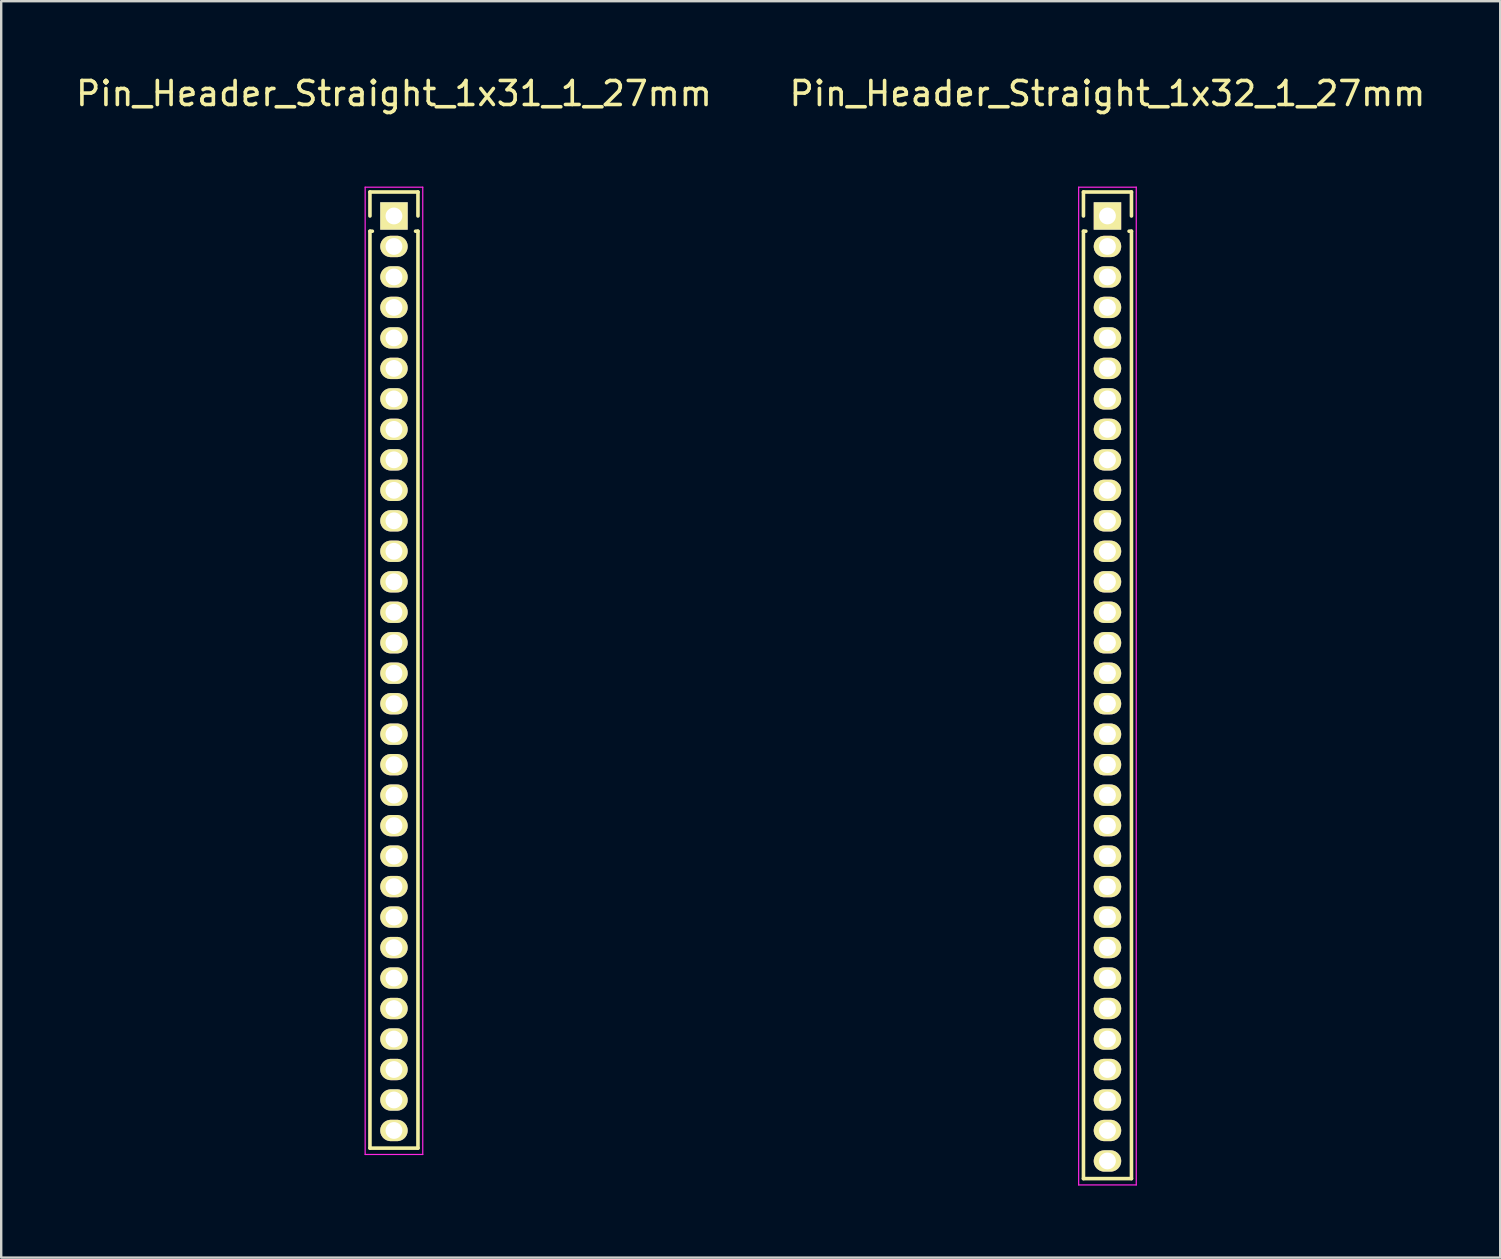
<source format=kicad_pcb>
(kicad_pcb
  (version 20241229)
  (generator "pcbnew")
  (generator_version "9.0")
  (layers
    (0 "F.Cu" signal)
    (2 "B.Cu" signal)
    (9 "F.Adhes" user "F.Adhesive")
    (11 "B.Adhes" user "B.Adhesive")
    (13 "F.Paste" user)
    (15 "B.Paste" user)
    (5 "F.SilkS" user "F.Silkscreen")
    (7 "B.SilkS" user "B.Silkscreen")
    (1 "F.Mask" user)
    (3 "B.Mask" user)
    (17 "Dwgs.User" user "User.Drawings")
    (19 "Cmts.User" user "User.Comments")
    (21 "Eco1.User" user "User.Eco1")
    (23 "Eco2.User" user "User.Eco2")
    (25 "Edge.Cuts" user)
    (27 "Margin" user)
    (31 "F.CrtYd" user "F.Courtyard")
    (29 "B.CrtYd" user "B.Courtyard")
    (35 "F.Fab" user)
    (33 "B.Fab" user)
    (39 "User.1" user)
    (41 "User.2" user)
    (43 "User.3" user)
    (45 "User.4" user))
  (footprint "Pin_Header_Straight_1x32_1_27mm"
    (layer "F.Cu")
    (at 43.089 5.948)
    (property "Reference" "Pin_Header_Straight_1x32_1_27mm" (at 0 -5.1 0) (layer "F.SilkS") (effects (font (size 1 1) (thickness 0.15))))
    (attr through_hole)
    (fp_line (start -1 -1) (end 1 -1) (stroke (width 0.15) (type solid)) (layer "F.SilkS"))
    (fp_line (start -1 0) (end -1 -1) (stroke (width 0.15) (type solid)) (layer "F.SilkS"))
    (fp_line (start -1 0.635) (end -1 40.105) (stroke (width 0.15) (type solid)) (layer "F.SilkS"))
    (fp_line (start -1 40.105) (end 1 40.105) (stroke (width 0.15) (type solid)) (layer "F.SilkS"))
    (fp_line (start -0.9 0.635) (end -1 0.635) (stroke (width 0.15) (type solid)) (layer "F.SilkS"))
    (fp_line (start 0.9 0.635) (end 1 0.635) (stroke (width 0.15) (type solid)) (layer "F.SilkS"))
    (fp_line (start 1 -1) (end 1 0) (stroke (width 0.15) (type solid)) (layer "F.SilkS"))
    (fp_line (start 1 0.635) (end 1 40.105) (stroke (width 0.15) (type solid)) (layer "F.SilkS"))
    (fp_line (start -1.2 -1.2) (end -1.2 40.37) (stroke (width 0.05) (type solid)) (layer "F.CrtYd"))
    (fp_line (start -1.2 -1.2) (end 1.2 -1.2) (stroke (width 0.05) (type solid)) (layer "F.CrtYd"))
    (fp_line (start -1.2 40.37) (end 1.2 40.37) (stroke (width 0.05) (type solid)) (layer "F.CrtYd"))
    (fp_line (start 1.2 -1.2) (end 1.2 40.37) (stroke (width 0.05) (type solid)) (layer "F.CrtYd"))
    (pad "1" thru_hole rect (at 0 0) (size 1.143 1.143) (drill 0.7) (layers "*.Cu" "*.Mask" "F.SilkS"))
    (pad "2" thru_hole oval (at 0 1.27) (size 1.143 0.889) (drill 0.7) (layers "*.Cu" "*.Mask" "F.SilkS"))
    (pad "3" thru_hole oval (at 0 2.54) (size 1.143 0.889) (drill 0.7) (layers "*.Cu" "*.Mask" "F.SilkS"))
    (pad "4" thru_hole oval (at 0 3.81) (size 1.143 0.889) (drill 0.7) (layers "*.Cu" "*.Mask" "F.SilkS"))
    (pad "5" thru_hole oval (at 0 5.08) (size 1.143 0.889) (drill 0.7) (layers "*.Cu" "*.Mask" "F.SilkS"))
    (pad "6" thru_hole oval (at 0 6.35) (size 1.143 0.889) (drill 0.7) (layers "*.Cu" "*.Mask" "F.SilkS"))
    (pad "7" thru_hole oval (at 0 7.62) (size 1.143 0.889) (drill 0.7) (layers "*.Cu" "*.Mask" "F.SilkS"))
    (pad "8" thru_hole oval (at 0 8.89) (size 1.143 0.889) (drill 0.7) (layers "*.Cu" "*.Mask" "F.SilkS"))
    (pad "9" thru_hole oval (at 0 10.16) (size 1.143 0.889) (drill 0.7) (layers "*.Cu" "*.Mask" "F.SilkS"))
    (pad "10" thru_hole oval (at 0 11.43) (size 1.143 0.889) (drill 0.7) (layers "*.Cu" "*.Mask" "F.SilkS"))
    (pad "11" thru_hole oval (at 0 12.7) (size 1.143 0.889) (drill 0.7) (layers "*.Cu" "*.Mask" "F.SilkS"))
    (pad "12" thru_hole oval (at 0 13.97) (size 1.143 0.889) (drill 0.7) (layers "*.Cu" "*.Mask" "F.SilkS"))
    (pad "13" thru_hole oval (at 0 15.24) (size 1.143 0.889) (drill 0.7) (layers "*.Cu" "*.Mask" "F.SilkS"))
    (pad "14" thru_hole oval (at 0 16.51) (size 1.143 0.889) (drill 0.7) (layers "*.Cu" "*.Mask" "F.SilkS"))
    (pad "15" thru_hole oval (at 0 17.78) (size 1.143 0.889) (drill 0.7) (layers "*.Cu" "*.Mask" "F.SilkS"))
    (pad "16" thru_hole oval (at 0 19.05) (size 1.143 0.889) (drill 0.7) (layers "*.Cu" "*.Mask" "F.SilkS"))
    (pad "17" thru_hole oval (at 0 20.32) (size 1.143 0.889) (drill 0.7) (layers "*.Cu" "*.Mask" "F.SilkS"))
    (pad "18" thru_hole oval (at 0 21.59) (size 1.143 0.889) (drill 0.7) (layers "*.Cu" "*.Mask" "F.SilkS"))
    (pad "19" thru_hole oval (at 0 22.86) (size 1.143 0.889) (drill 0.7) (layers "*.Cu" "*.Mask" "F.SilkS"))
    (pad "20" thru_hole oval (at 0 24.13) (size 1.143 0.889) (drill 0.7) (layers "*.Cu" "*.Mask" "F.SilkS"))
    (pad "21" thru_hole oval (at 0 25.4) (size 1.143 0.889) (drill 0.7) (layers "*.Cu" "*.Mask" "F.SilkS"))
    (pad "22" thru_hole oval (at 0 26.67) (size 1.143 0.889) (drill 0.7) (layers "*.Cu" "*.Mask" "F.SilkS"))
    (pad "23" thru_hole oval (at 0 27.94) (size 1.143 0.889) (drill 0.7) (layers "*.Cu" "*.Mask" "F.SilkS"))
    (pad "24" thru_hole oval (at 0 29.21) (size 1.143 0.889) (drill 0.7) (layers "*.Cu" "*.Mask" "F.SilkS"))
    (pad "25" thru_hole oval (at 0 30.48) (size 1.143 0.889) (drill 0.7) (layers "*.Cu" "*.Mask" "F.SilkS"))
    (pad "26" thru_hole oval (at 0 31.75) (size 1.143 0.889) (drill 0.7) (layers "*.Cu" "*.Mask" "F.SilkS"))
    (pad "27" thru_hole oval (at 0 33.02) (size 1.143 0.889) (drill 0.7) (layers "*.Cu" "*.Mask" "F.SilkS"))
    (pad "28" thru_hole oval (at 0 34.29) (size 1.143 0.889) (drill 0.7) (layers "*.Cu" "*.Mask" "F.SilkS"))
    (pad "29" thru_hole oval (at 0 35.56) (size 1.143 0.889) (drill 0.7) (layers "*.Cu" "*.Mask" "F.SilkS"))
    (pad "30" thru_hole oval (at 0 36.83) (size 1.143 0.889) (drill 0.7) (layers "*.Cu" "*.Mask" "F.SilkS"))
    (pad "31" thru_hole oval (at 0 38.1) (size 1.143 0.889) (drill 0.7) (layers "*.Cu" "*.Mask" "F.SilkS"))
    (pad "32" thru_hole oval (at 0 39.37) (size 1.143 0.889) (drill 0.7) (layers "*.Cu" "*.Mask" "F.SilkS")))
  (footprint "Pin_Header_Straight_1x31_1_27mm"
    (layer "F.Cu")
    (at 13.363 5.948)
    (property "Reference" "Pin_Header_Straight_1x31_1_27mm" (at 0 -5.1 0) (layer "F.SilkS") (effects (font (size 1 1) (thickness 0.15))))
    (attr through_hole)
    (fp_line (start -1 -1) (end 1 -1) (stroke (width 0.15) (type solid)) (layer "F.SilkS"))
    (fp_line (start -1 0) (end -1 -1) (stroke (width 0.15) (type solid)) (layer "F.SilkS"))
    (fp_line (start -1 0.635) (end -1 38.835) (stroke (width 0.15) (type solid)) (layer "F.SilkS"))
    (fp_line (start -1 38.835) (end 1 38.835) (stroke (width 0.15) (type solid)) (layer "F.SilkS"))
    (fp_line (start -0.9 0.635) (end -1 0.635) (stroke (width 0.15) (type solid)) (layer "F.SilkS"))
    (fp_line (start 0.9 0.635) (end 1 0.635) (stroke (width 0.15) (type solid)) (layer "F.SilkS"))
    (fp_line (start 1 -1) (end 1 0) (stroke (width 0.15) (type solid)) (layer "F.SilkS"))
    (fp_line (start 1 0.635) (end 1 38.835) (stroke (width 0.15) (type solid)) (layer "F.SilkS"))
    (fp_line (start -1.2 -1.2) (end -1.2 39.1) (stroke (width 0.05) (type solid)) (layer "F.CrtYd"))
    (fp_line (start -1.2 -1.2) (end 1.2 -1.2) (stroke (width 0.05) (type solid)) (layer "F.CrtYd"))
    (fp_line (start -1.2 39.1) (end 1.2 39.1) (stroke (width 0.05) (type solid)) (layer "F.CrtYd"))
    (fp_line (start 1.2 -1.2) (end 1.2 39.1) (stroke (width 0.05) (type solid)) (layer "F.CrtYd"))
    (pad "1" thru_hole rect (at 0 0) (size 1.143 1.143) (drill 0.7) (layers "*.Cu" "*.Mask" "F.SilkS"))
    (pad "2" thru_hole oval (at 0 1.27) (size 1.143 0.889) (drill 0.7) (layers "*.Cu" "*.Mask" "F.SilkS"))
    (pad "3" thru_hole oval (at 0 2.54) (size 1.143 0.889) (drill 0.7) (layers "*.Cu" "*.Mask" "F.SilkS"))
    (pad "4" thru_hole oval (at 0 3.81) (size 1.143 0.889) (drill 0.7) (layers "*.Cu" "*.Mask" "F.SilkS"))
    (pad "5" thru_hole oval (at 0 5.08) (size 1.143 0.889) (drill 0.7) (layers "*.Cu" "*.Mask" "F.SilkS"))
    (pad "6" thru_hole oval (at 0 6.35) (size 1.143 0.889) (drill 0.7) (layers "*.Cu" "*.Mask" "F.SilkS"))
    (pad "7" thru_hole oval (at 0 7.62) (size 1.143 0.889) (drill 0.7) (layers "*.Cu" "*.Mask" "F.SilkS"))
    (pad "8" thru_hole oval (at 0 8.89) (size 1.143 0.889) (drill 0.7) (layers "*.Cu" "*.Mask" "F.SilkS"))
    (pad "9" thru_hole oval (at 0 10.16) (size 1.143 0.889) (drill 0.7) (layers "*.Cu" "*.Mask" "F.SilkS"))
    (pad "10" thru_hole oval (at 0 11.43) (size 1.143 0.889) (drill 0.7) (layers "*.Cu" "*.Mask" "F.SilkS"))
    (pad "11" thru_hole oval (at 0 12.7) (size 1.143 0.889) (drill 0.7) (layers "*.Cu" "*.Mask" "F.SilkS"))
    (pad "12" thru_hole oval (at 0 13.97) (size 1.143 0.889) (drill 0.7) (layers "*.Cu" "*.Mask" "F.SilkS"))
    (pad "13" thru_hole oval (at 0 15.24) (size 1.143 0.889) (drill 0.7) (layers "*.Cu" "*.Mask" "F.SilkS"))
    (pad "14" thru_hole oval (at 0 16.51) (size 1.143 0.889) (drill 0.7) (layers "*.Cu" "*.Mask" "F.SilkS"))
    (pad "15" thru_hole oval (at 0 17.78) (size 1.143 0.889) (drill 0.7) (layers "*.Cu" "*.Mask" "F.SilkS"))
    (pad "16" thru_hole oval (at 0 19.05) (size 1.143 0.889) (drill 0.7) (layers "*.Cu" "*.Mask" "F.SilkS"))
    (pad "17" thru_hole oval (at 0 20.32) (size 1.143 0.889) (drill 0.7) (layers "*.Cu" "*.Mask" "F.SilkS"))
    (pad "18" thru_hole oval (at 0 21.59) (size 1.143 0.889) (drill 0.7) (layers "*.Cu" "*.Mask" "F.SilkS"))
    (pad "19" thru_hole oval (at 0 22.86) (size 1.143 0.889) (drill 0.7) (layers "*.Cu" "*.Mask" "F.SilkS"))
    (pad "20" thru_hole oval (at 0 24.13) (size 1.143 0.889) (drill 0.7) (layers "*.Cu" "*.Mask" "F.SilkS"))
    (pad "21" thru_hole oval (at 0 25.4) (size 1.143 0.889) (drill 0.7) (layers "*.Cu" "*.Mask" "F.SilkS"))
    (pad "22" thru_hole oval (at 0 26.67) (size 1.143 0.889) (drill 0.7) (layers "*.Cu" "*.Mask" "F.SilkS"))
    (pad "23" thru_hole oval (at 0 27.94) (size 1.143 0.889) (drill 0.7) (layers "*.Cu" "*.Mask" "F.SilkS"))
    (pad "24" thru_hole oval (at 0 29.21) (size 1.143 0.889) (drill 0.7) (layers "*.Cu" "*.Mask" "F.SilkS"))
    (pad "25" thru_hole oval (at 0 30.48) (size 1.143 0.889) (drill 0.7) (layers "*.Cu" "*.Mask" "F.SilkS"))
    (pad "26" thru_hole oval (at 0 31.75) (size 1.143 0.889) (drill 0.7) (layers "*.Cu" "*.Mask" "F.SilkS"))
    (pad "27" thru_hole oval (at 0 33.02) (size 1.143 0.889) (drill 0.7) (layers "*.Cu" "*.Mask" "F.SilkS"))
    (pad "28" thru_hole oval (at 0 34.29) (size 1.143 0.889) (drill 0.7) (layers "*.Cu" "*.Mask" "F.SilkS"))
    (pad "29" thru_hole oval (at 0 35.56) (size 1.143 0.889) (drill 0.7) (layers "*.Cu" "*.Mask" "F.SilkS"))
    (pad "30" thru_hole oval (at 0 36.83) (size 1.143 0.889) (drill 0.7) (layers "*.Cu" "*.Mask" "F.SilkS"))
    (pad "31" thru_hole oval (at 0 38.1) (size 1.143 0.889) (drill 0.7) (layers "*.Cu" "*.Mask" "F.SilkS")))
  (gr_rect
    (start -3 -3)
    (end 59.452 49.343)
    (stroke (width 0.1) (type default))
    (fill no)
    (layer "Edge.Cuts")))
</source>
